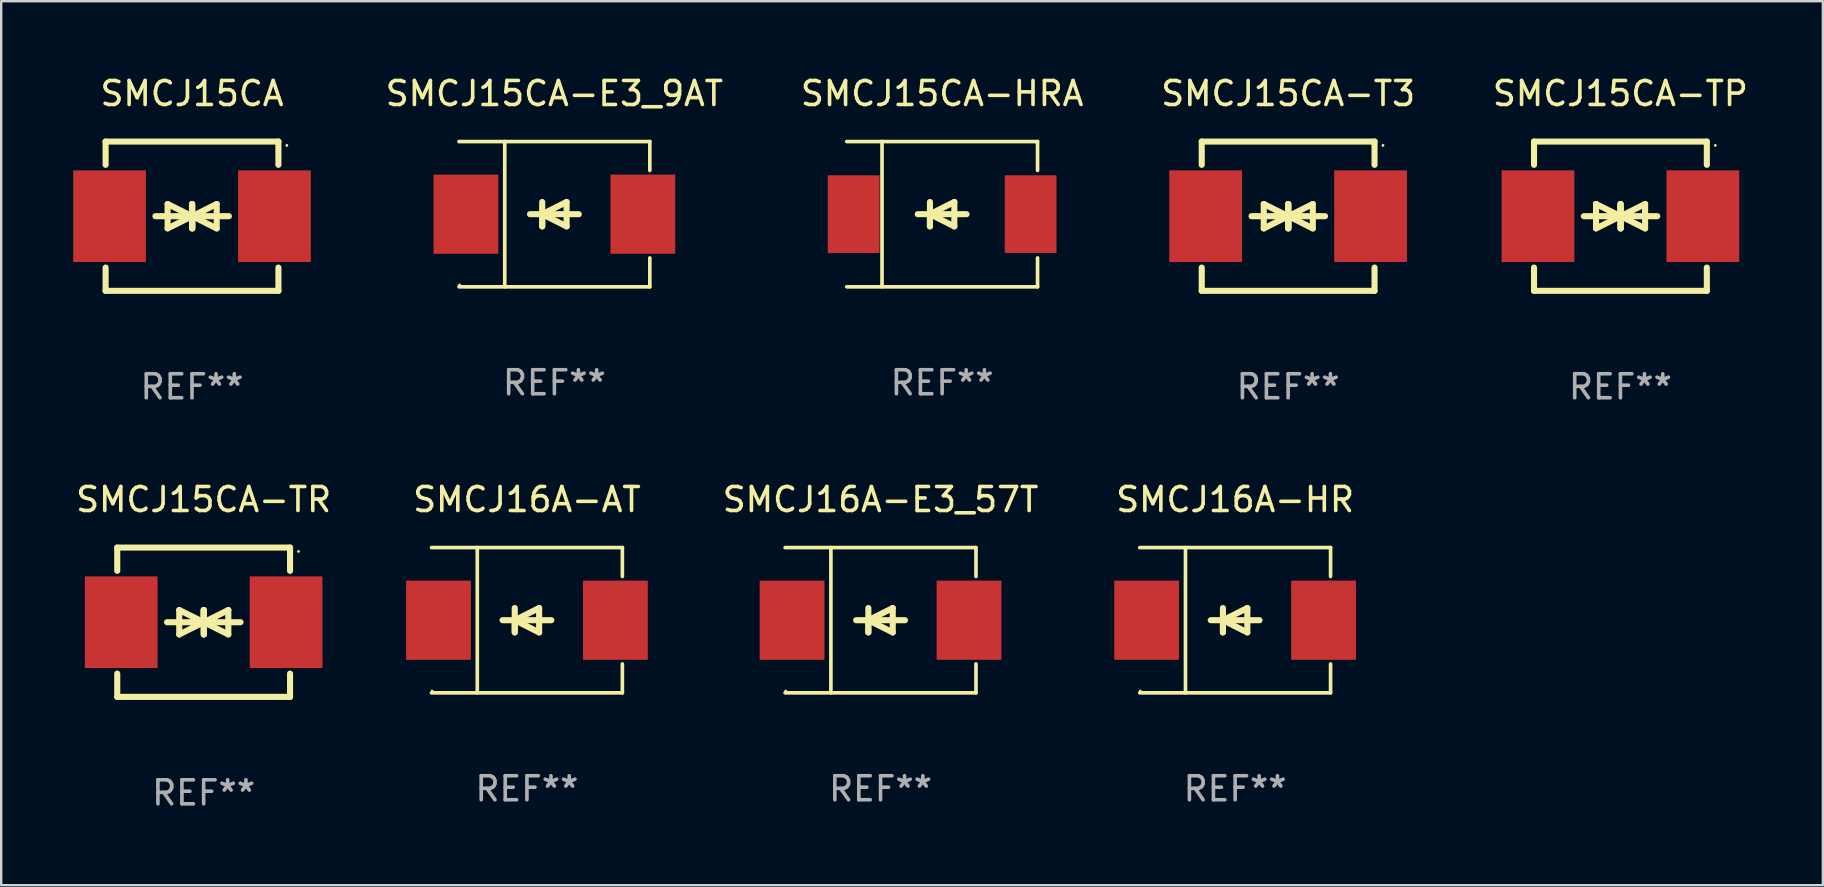
<source format=kicad_pcb>
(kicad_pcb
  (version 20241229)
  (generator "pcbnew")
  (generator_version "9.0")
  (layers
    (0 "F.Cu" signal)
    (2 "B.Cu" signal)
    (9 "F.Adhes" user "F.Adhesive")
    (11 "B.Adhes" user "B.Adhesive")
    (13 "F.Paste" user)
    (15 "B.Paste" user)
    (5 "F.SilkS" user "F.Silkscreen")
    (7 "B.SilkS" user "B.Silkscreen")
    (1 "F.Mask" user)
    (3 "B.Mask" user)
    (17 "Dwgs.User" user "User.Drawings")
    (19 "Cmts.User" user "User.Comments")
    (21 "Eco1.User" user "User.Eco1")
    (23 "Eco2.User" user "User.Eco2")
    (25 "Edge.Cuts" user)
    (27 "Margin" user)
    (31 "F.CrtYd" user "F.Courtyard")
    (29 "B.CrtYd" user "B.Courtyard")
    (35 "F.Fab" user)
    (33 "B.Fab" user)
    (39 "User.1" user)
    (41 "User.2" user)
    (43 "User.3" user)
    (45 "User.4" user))
  (footprint "SMCJ15CA-HRA"
    (layer "F.Cu")
    (at 36.204 5.874)
    (property "Reference" "SMCJ15CA-HRA" (at 0 -5.026 0) (layer "F.SilkS") (effects (font (size 1 1) (thickness 0.15))))
    (attr through_hole)
    (fp_line (start -3.976 -3.026) (end 3.976 -3.026) (stroke (width 0.152) (type solid)) (layer "F.SilkS"))
    (fp_line (start -3.976 3.026) (end 3.976 3.026) (stroke (width 0.152) (type solid)) (layer "F.SilkS"))
    (fp_line (start -2.504 -3.026) (end -2.504 3.026) (stroke (width 0.152) (type solid)) (layer "F.SilkS"))
    (fp_line (start -0.508 0) (end -0.508 0.508) (stroke (width 0.254) (type solid)) (layer "F.SilkS"))
    (fp_line (start -0.508 0) (end 0.508 0.508) (stroke (width 0.254) (type solid)) (layer "F.SilkS"))
    (fp_line (start -0.508 0.508) (end -0.508 -0.508) (stroke (width 0.254) (type solid)) (layer "F.SilkS"))
    (fp_line (start 0.508 -0.508) (end -0.508 0) (stroke (width 0.254) (type solid)) (layer "F.SilkS"))
    (fp_line (start 0.508 0.508) (end 0.508 -0.508) (stroke (width 0.254) (type solid)) (layer "F.SilkS"))
    (fp_line (start 1.016 0) (end -1.016 0) (stroke (width 0.254) (type solid)) (layer "F.SilkS"))
    (fp_line (start 3.976 -3.026) (end 3.976 -1.823) (stroke (width 0.152) (type solid)) (layer "F.SilkS"))
    (fp_line (start 3.976 3.026) (end 3.976 1.823) (stroke (width 0.152) (type solid)) (layer "F.SilkS"))
    (fp_circle (center 3.95 -2.95) (end 3.98 -2.95) (stroke (width 0.06) (type solid)) (fill no) (layer "F.SilkS"))
    (fp_text user "REF**" (at 0 7.026 0) (layer "F.Fab") (effects (font (size 1 1) (thickness 0.15))))
    (pad "1" smd rect (at 3.686 0 180) (size 2.158 3.24) (layers "F.Cu" "F.Mask" "F.Paste"))
    (pad "2" smd rect (at -3.686 0 180) (size 2.158 3.24) (layers "F.Cu" "F.Mask" "F.Paste")))
  (footprint "SMCJ15CA-T3"
    (layer "F.Cu")
    (at 50.62 5.958)
    (property "Reference" "SMCJ15CA-T3" (at 0 -5.11 0) (layer "F.SilkS") (effects (font (size 1 1) (thickness 0.15))))
    (attr through_hole)
    (fp_line (start -3.6 -2.141) (end -3.6 -3.11) (stroke (width 0.254) (type solid)) (layer "F.SilkS"))
    (fp_line (start -3.6 3.11) (end -3.6 2.141) (stroke (width 0.254) (type solid)) (layer "F.SilkS"))
    (fp_line (start -1.524 0) (end 0.508 0) (stroke (width 0.254) (type solid)) (layer "F.SilkS"))
    (fp_line (start -1.016 -0.508) (end -1.016 0.508) (stroke (width 0.254) (type solid)) (layer "F.SilkS"))
    (fp_line (start -1.016 0.508) (end 0 0) (stroke (width 0.254) (type solid)) (layer "F.SilkS"))
    (fp_line (start 0 -0.508) (end 0 0.508) (stroke (width 0.254) (type solid)) (layer "F.SilkS"))
    (fp_line (start 0 0) (end -1.016 -0.508) (stroke (width 0.254) (type solid)) (layer "F.SilkS"))
    (fp_line (start 0 0) (end 0 -0.508) (stroke (width 0.254) (type solid)) (layer "F.SilkS"))
    (fp_line (start 0.012 0) (end 0.012 0.508) (stroke (width 0.254) (type solid)) (layer "F.SilkS"))
    (fp_line (start 0.012 0) (end 1.028 0.508) (stroke (width 0.254) (type solid)) (layer "F.SilkS"))
    (fp_line (start 0.012 0.508) (end 0.012 -0.508) (stroke (width 0.254) (type solid)) (layer "F.SilkS"))
    (fp_line (start 1.028 -0.508) (end 0.012 0) (stroke (width 0.254) (type solid)) (layer "F.SilkS"))
    (fp_line (start 1.028 0.508) (end 1.028 -0.508) (stroke (width 0.254) (type solid)) (layer "F.SilkS"))
    (fp_line (start 1.536 0) (end -0.496 0) (stroke (width 0.254) (type solid)) (layer "F.SilkS"))
    (fp_line (start 3.6 -3.11) (end -3.6 -3.11) (stroke (width 0.254) (type solid)) (layer "F.SilkS"))
    (fp_line (start 3.6 -2.141) (end 3.6 -3.11) (stroke (width 0.254) (type solid)) (layer "F.SilkS"))
    (fp_line (start 3.6 3.11) (end -3.6 3.11) (stroke (width 0.254) (type solid)) (layer "F.SilkS"))
    (fp_line (start 3.6 3.11) (end 3.6 2.141) (stroke (width 0.254) (type solid)) (layer "F.SilkS"))
    (fp_circle (center 3.952 -2.95) (end 3.982 -2.95) (stroke (width 0.06) (type solid)) (fill no) (layer "F.SilkS"))
    (fp_text user "REF**" (at 0 7.11 0) (layer "F.Fab") (effects (font (size 1 1) (thickness 0.15))))
    (pad "1" smd rect (at 3.435 0) (size 3.03 3.82) (layers "F.Cu" "F.Mask" "F.Paste"))
    (pad "2" smd rect (at -3.435 0) (size 3.03 3.82) (layers "F.Cu" "F.Mask" "F.Paste")))
  (footprint "SMCJ15CA"
    (layer "F.Cu")
    (at 4.95 5.958)
    (property "Reference" "SMCJ15CA" (at 0 -5.11 0) (layer "F.SilkS") (effects (font (size 1 1) (thickness 0.15))))
    (attr through_hole)
    (fp_line (start -3.6 -2.141) (end -3.6 -3.11) (stroke (width 0.254) (type solid)) (layer "F.SilkS"))
    (fp_line (start -3.6 3.11) (end -3.6 2.141) (stroke (width 0.254) (type solid)) (layer "F.SilkS"))
    (fp_line (start -1.524 0) (end 0.508 0) (stroke (width 0.254) (type solid)) (layer "F.SilkS"))
    (fp_line (start -1.016 -0.508) (end -1.016 0.508) (stroke (width 0.254) (type solid)) (layer "F.SilkS"))
    (fp_line (start -1.016 0.508) (end 0 0) (stroke (width 0.254) (type solid)) (layer "F.SilkS"))
    (fp_line (start 0 -0.508) (end 0 0.508) (stroke (width 0.254) (type solid)) (layer "F.SilkS"))
    (fp_line (start 0 0) (end -1.016 -0.508) (stroke (width 0.254) (type solid)) (layer "F.SilkS"))
    (fp_line (start 0 0) (end 0 -0.508) (stroke (width 0.254) (type solid)) (layer "F.SilkS"))
    (fp_line (start 0.012 0) (end 0.012 0.508) (stroke (width 0.254) (type solid)) (layer "F.SilkS"))
    (fp_line (start 0.012 0) (end 1.028 0.508) (stroke (width 0.254) (type solid)) (layer "F.SilkS"))
    (fp_line (start 0.012 0.508) (end 0.012 -0.508) (stroke (width 0.254) (type solid)) (layer "F.SilkS"))
    (fp_line (start 1.028 -0.508) (end 0.012 0) (stroke (width 0.254) (type solid)) (layer "F.SilkS"))
    (fp_line (start 1.028 0.508) (end 1.028 -0.508) (stroke (width 0.254) (type solid)) (layer "F.SilkS"))
    (fp_line (start 1.536 0) (end -0.496 0) (stroke (width 0.254) (type solid)) (layer "F.SilkS"))
    (fp_line (start 3.6 -3.11) (end -3.6 -3.11) (stroke (width 0.254) (type solid)) (layer "F.SilkS"))
    (fp_line (start 3.6 -2.141) (end 3.6 -3.11) (stroke (width 0.254) (type solid)) (layer "F.SilkS"))
    (fp_line (start 3.6 3.11) (end -3.6 3.11) (stroke (width 0.254) (type solid)) (layer "F.SilkS"))
    (fp_line (start 3.6 3.11) (end 3.6 2.141) (stroke (width 0.254) (type solid)) (layer "F.SilkS"))
    (fp_circle (center 3.952 -2.95) (end 3.982 -2.95) (stroke (width 0.06) (type solid)) (fill no) (layer "F.SilkS"))
    (fp_text user "REF**" (at 0 7.11 0) (layer "F.Fab") (effects (font (size 1 1) (thickness 0.15))))
    (pad "1" smd rect (at 3.435 0) (size 3.03 3.82) (layers "F.Cu" "F.Mask" "F.Paste"))
    (pad "2" smd rect (at -3.435 0) (size 3.03 3.82) (layers "F.Cu" "F.Mask" "F.Paste")))
  (footprint "SMCJ16A-HR"
    (layer "F.Cu")
    (at 48.412 22.791)
    (property "Reference" "SMCJ16A-HR" (at 0 -5.026 0) (layer "F.SilkS") (effects (font (size 1 1) (thickness 0.15))))
    (attr through_hole)
    (fp_line (start -3.976 -3.026) (end 3.976 -3.026) (stroke (width 0.152) (type solid)) (layer "F.SilkS"))
    (fp_line (start -3.976 3.026) (end 3.976 3.026) (stroke (width 0.152) (type solid)) (layer "F.SilkS"))
    (fp_line (start -2.069 -3.026) (end -2.069 3.026) (stroke (width 0.152) (type solid)) (layer "F.SilkS"))
    (fp_line (start -0.508 0) (end -0.508 0.508) (stroke (width 0.254) (type solid)) (layer "F.SilkS"))
    (fp_line (start -0.508 0) (end 0.508 0.508) (stroke (width 0.254) (type solid)) (layer "F.SilkS"))
    (fp_line (start -0.508 0.508) (end -0.508 -0.508) (stroke (width 0.254) (type solid)) (layer "F.SilkS"))
    (fp_line (start 0.508 -0.508) (end -0.508 0) (stroke (width 0.254) (type solid)) (layer "F.SilkS"))
    (fp_line (start 0.508 0.508) (end 0.508 -0.508) (stroke (width 0.254) (type solid)) (layer "F.SilkS"))
    (fp_line (start 1.016 0) (end -1.016 0) (stroke (width 0.254) (type solid)) (layer "F.SilkS"))
    (fp_line (start 3.976 -3.026) (end 3.976 -1.823) (stroke (width 0.152) (type solid)) (layer "F.SilkS"))
    (fp_line (start 3.976 3.026) (end 3.976 1.823) (stroke (width 0.152) (type solid)) (layer "F.SilkS"))
    (fp_circle (center -3.95 2.95) (end -3.92 2.95) (stroke (width 0.06) (type solid)) (fill no) (layer "F.SilkS"))
    (fp_text user "REF**" (at 0 7.026 0) (layer "F.Fab") (effects (font (size 1 1) (thickness 0.15))))
    (pad "1" smd rect (at -3.686 0) (size 2.7 3.3) (layers "F.Cu" "F.Mask" "F.Paste"))
    (pad "2" smd rect (at 3.686 0) (size 2.7 3.3) (layers "F.Cu" "F.Mask" "F.Paste")))
  (footprint "SMCJ16A-E3_57T"
    (layer "F.Cu")
    (at 33.638 22.791)
    (property "Reference" "SMCJ16A-E3_57T" (at 0 -5.026 0) (layer "F.SilkS") (effects (font (size 1 1) (thickness 0.15))))
    (attr through_hole)
    (fp_line (start -3.976 -3.026) (end 3.976 -3.026) (stroke (width 0.152) (type solid)) (layer "F.SilkS"))
    (fp_line (start -3.976 3.026) (end 3.976 3.026) (stroke (width 0.152) (type solid)) (layer "F.SilkS"))
    (fp_line (start -2.069 -3.026) (end -2.069 3.026) (stroke (width 0.152) (type solid)) (layer "F.SilkS"))
    (fp_line (start -0.508 0) (end -0.508 0.508) (stroke (width 0.254) (type solid)) (layer "F.SilkS"))
    (fp_line (start -0.508 0) (end 0.508 0.508) (stroke (width 0.254) (type solid)) (layer "F.SilkS"))
    (fp_line (start -0.508 0.508) (end -0.508 -0.508) (stroke (width 0.254) (type solid)) (layer "F.SilkS"))
    (fp_line (start 0.508 -0.508) (end -0.508 0) (stroke (width 0.254) (type solid)) (layer "F.SilkS"))
    (fp_line (start 0.508 0.508) (end 0.508 -0.508) (stroke (width 0.254) (type solid)) (layer "F.SilkS"))
    (fp_line (start 1.016 0) (end -1.016 0) (stroke (width 0.254) (type solid)) (layer "F.SilkS"))
    (fp_line (start 3.976 -3.026) (end 3.976 -1.823) (stroke (width 0.152) (type solid)) (layer "F.SilkS"))
    (fp_line (start 3.976 3.026) (end 3.976 1.823) (stroke (width 0.152) (type solid)) (layer "F.SilkS"))
    (fp_circle (center -3.95 2.95) (end -3.92 2.95) (stroke (width 0.06) (type solid)) (fill no) (layer "F.SilkS"))
    (fp_text user "REF**" (at 0 7.026 0) (layer "F.Fab") (effects (font (size 1 1) (thickness 0.15))))
    (pad "1" smd rect (at -3.686 0) (size 2.7 3.3) (layers "F.Cu" "F.Mask" "F.Paste"))
    (pad "2" smd rect (at 3.686 0) (size 2.7 3.3) (layers "F.Cu" "F.Mask" "F.Paste")))
  (footprint "SMCJ15CA-TR"
    (layer "F.Cu")
    (at 5.435 22.875)
    (property "Reference" "SMCJ15CA-TR" (at 0 -5.11 0) (layer "F.SilkS") (effects (font (size 1 1) (thickness 0.15))))
    (attr through_hole)
    (fp_line (start -3.6 -2.141) (end -3.6 -3.11) (stroke (width 0.254) (type solid)) (layer "F.SilkS"))
    (fp_line (start -3.6 3.11) (end -3.6 2.141) (stroke (width 0.254) (type solid)) (layer "F.SilkS"))
    (fp_line (start -1.524 0) (end 0.508 0) (stroke (width 0.254) (type solid)) (layer "F.SilkS"))
    (fp_line (start -1.016 -0.508) (end -1.016 0.508) (stroke (width 0.254) (type solid)) (layer "F.SilkS"))
    (fp_line (start -1.016 0.508) (end 0 0) (stroke (width 0.254) (type solid)) (layer "F.SilkS"))
    (fp_line (start 0 -0.508) (end 0 0.508) (stroke (width 0.254) (type solid)) (layer "F.SilkS"))
    (fp_line (start 0 0) (end -1.016 -0.508) (stroke (width 0.254) (type solid)) (layer "F.SilkS"))
    (fp_line (start 0 0) (end 0 -0.508) (stroke (width 0.254) (type solid)) (layer "F.SilkS"))
    (fp_line (start 0.012 0) (end 0.012 0.508) (stroke (width 0.254) (type solid)) (layer "F.SilkS"))
    (fp_line (start 0.012 0) (end 1.028 0.508) (stroke (width 0.254) (type solid)) (layer "F.SilkS"))
    (fp_line (start 0.012 0.508) (end 0.012 -0.508) (stroke (width 0.254) (type solid)) (layer "F.SilkS"))
    (fp_line (start 1.028 -0.508) (end 0.012 0) (stroke (width 0.254) (type solid)) (layer "F.SilkS"))
    (fp_line (start 1.028 0.508) (end 1.028 -0.508) (stroke (width 0.254) (type solid)) (layer "F.SilkS"))
    (fp_line (start 1.536 0) (end -0.496 0) (stroke (width 0.254) (type solid)) (layer "F.SilkS"))
    (fp_line (start 3.6 -3.11) (end -3.6 -3.11) (stroke (width 0.254) (type solid)) (layer "F.SilkS"))
    (fp_line (start 3.6 -2.141) (end 3.6 -3.11) (stroke (width 0.254) (type solid)) (layer "F.SilkS"))
    (fp_line (start 3.6 3.11) (end -3.6 3.11) (stroke (width 0.254) (type solid)) (layer "F.SilkS"))
    (fp_line (start 3.6 3.11) (end 3.6 2.141) (stroke (width 0.254) (type solid)) (layer "F.SilkS"))
    (fp_circle (center 3.952 -2.95) (end 3.982 -2.95) (stroke (width 0.06) (type solid)) (fill no) (layer "F.SilkS"))
    (fp_text user "REF**" (at 0 7.11 0) (layer "F.Fab") (effects (font (size 1 1) (thickness 0.15))))
    (pad "1" smd rect (at 3.435 0) (size 3.03 3.82) (layers "F.Cu" "F.Mask" "F.Paste"))
    (pad "2" smd rect (at -3.435 0) (size 3.03 3.82) (layers "F.Cu" "F.Mask" "F.Paste")))
  (footprint "SMCJ15CA-TP"
    (layer "F.Cu")
    (at 64.465 5.958)
    (property "Reference" "SMCJ15CA-TP" (at 0 -5.11 0) (layer "F.SilkS") (effects (font (size 1 1) (thickness 0.15))))
    (attr through_hole)
    (fp_line (start -3.6 -2.141) (end -3.6 -3.11) (stroke (width 0.254) (type solid)) (layer "F.SilkS"))
    (fp_line (start -3.6 3.11) (end -3.6 2.141) (stroke (width 0.254) (type solid)) (layer "F.SilkS"))
    (fp_line (start -1.524 0) (end 0.508 0) (stroke (width 0.254) (type solid)) (layer "F.SilkS"))
    (fp_line (start -1.016 -0.508) (end -1.016 0.508) (stroke (width 0.254) (type solid)) (layer "F.SilkS"))
    (fp_line (start -1.016 0.508) (end 0 0) (stroke (width 0.254) (type solid)) (layer "F.SilkS"))
    (fp_line (start 0 -0.508) (end 0 0.508) (stroke (width 0.254) (type solid)) (layer "F.SilkS"))
    (fp_line (start 0 0) (end -1.016 -0.508) (stroke (width 0.254) (type solid)) (layer "F.SilkS"))
    (fp_line (start 0 0) (end 0 -0.508) (stroke (width 0.254) (type solid)) (layer "F.SilkS"))
    (fp_line (start 0.012 0) (end 0.012 0.508) (stroke (width 0.254) (type solid)) (layer "F.SilkS"))
    (fp_line (start 0.012 0) (end 1.028 0.508) (stroke (width 0.254) (type solid)) (layer "F.SilkS"))
    (fp_line (start 0.012 0.508) (end 0.012 -0.508) (stroke (width 0.254) (type solid)) (layer "F.SilkS"))
    (fp_line (start 1.028 -0.508) (end 0.012 0) (stroke (width 0.254) (type solid)) (layer "F.SilkS"))
    (fp_line (start 1.028 0.508) (end 1.028 -0.508) (stroke (width 0.254) (type solid)) (layer "F.SilkS"))
    (fp_line (start 1.536 0) (end -0.496 0) (stroke (width 0.254) (type solid)) (layer "F.SilkS"))
    (fp_line (start 3.6 -3.11) (end -3.6 -3.11) (stroke (width 0.254) (type solid)) (layer "F.SilkS"))
    (fp_line (start 3.6 -2.141) (end 3.6 -3.11) (stroke (width 0.254) (type solid)) (layer "F.SilkS"))
    (fp_line (start 3.6 3.11) (end -3.6 3.11) (stroke (width 0.254) (type solid)) (layer "F.SilkS"))
    (fp_line (start 3.6 3.11) (end 3.6 2.141) (stroke (width 0.254) (type solid)) (layer "F.SilkS"))
    (fp_circle (center 3.952 -2.95) (end 3.982 -2.95) (stroke (width 0.06) (type solid)) (fill no) (layer "F.SilkS"))
    (fp_text user "REF**" (at 0 7.11 0) (layer "F.Fab") (effects (font (size 1 1) (thickness 0.15))))
    (pad "1" smd rect (at 3.435 0) (size 3.03 3.82) (layers "F.Cu" "F.Mask" "F.Paste"))
    (pad "2" smd rect (at -3.435 0) (size 3.03 3.82) (layers "F.Cu" "F.Mask" "F.Paste")))
  (footprint "SMCJ16A-AT"
    (layer "F.Cu")
    (at 18.905 22.791)
    (property "Reference" "SMCJ16A-AT" (at 0 -5.026 0) (layer "F.SilkS") (effects (font (size 1 1) (thickness 0.15))))
    (attr through_hole)
    (fp_line (start -3.976 -3.026) (end 3.976 -3.026) (stroke (width 0.152) (type solid)) (layer "F.SilkS"))
    (fp_line (start -3.976 3.026) (end 3.976 3.026) (stroke (width 0.152) (type solid)) (layer "F.SilkS"))
    (fp_line (start -2.069 -3.026) (end -2.069 3.026) (stroke (width 0.152) (type solid)) (layer "F.SilkS"))
    (fp_line (start -0.508 0) (end -0.508 0.508) (stroke (width 0.254) (type solid)) (layer "F.SilkS"))
    (fp_line (start -0.508 0) (end 0.508 0.508) (stroke (width 0.254) (type solid)) (layer "F.SilkS"))
    (fp_line (start -0.508 0.508) (end -0.508 -0.508) (stroke (width 0.254) (type solid)) (layer "F.SilkS"))
    (fp_line (start 0.508 -0.508) (end -0.508 0) (stroke (width 0.254) (type solid)) (layer "F.SilkS"))
    (fp_line (start 0.508 0.508) (end 0.508 -0.508) (stroke (width 0.254) (type solid)) (layer "F.SilkS"))
    (fp_line (start 1.016 0) (end -1.016 0) (stroke (width 0.254) (type solid)) (layer "F.SilkS"))
    (fp_line (start 3.976 -3.026) (end 3.976 -1.823) (stroke (width 0.152) (type solid)) (layer "F.SilkS"))
    (fp_line (start 3.976 3.026) (end 3.976 1.823) (stroke (width 0.152) (type solid)) (layer "F.SilkS"))
    (fp_circle (center -3.95 2.95) (end -3.92 2.95) (stroke (width 0.06) (type solid)) (fill no) (layer "F.SilkS"))
    (fp_text user "REF**" (at 0 7.026 0) (layer "F.Fab") (effects (font (size 1 1) (thickness 0.15))))
    (pad "1" smd rect (at -3.686 0) (size 2.7 3.3) (layers "F.Cu" "F.Mask" "F.Paste"))
    (pad "2" smd rect (at 3.686 0) (size 2.7 3.3) (layers "F.Cu" "F.Mask" "F.Paste")))
  (footprint "SMCJ15CA-E3_9AT"
    (layer "F.Cu")
    (at 20.049 5.874)
    (property "Reference" "SMCJ15CA-E3_9AT" (at 0 -5.026 0) (layer "F.SilkS") (effects (font (size 1 1) (thickness 0.15))))
    (attr through_hole)
    (fp_line (start -3.976 -3.026) (end 3.976 -3.026) (stroke (width 0.152) (type solid)) (layer "F.SilkS"))
    (fp_line (start -3.976 3.026) (end 3.976 3.026) (stroke (width 0.152) (type solid)) (layer "F.SilkS"))
    (fp_line (start -2.069 -3.026) (end -2.069 3.026) (stroke (width 0.152) (type solid)) (layer "F.SilkS"))
    (fp_line (start -0.508 0) (end -0.508 0.508) (stroke (width 0.254) (type solid)) (layer "F.SilkS"))
    (fp_line (start -0.508 0) (end 0.508 0.508) (stroke (width 0.254) (type solid)) (layer "F.SilkS"))
    (fp_line (start -0.508 0.508) (end -0.508 -0.508) (stroke (width 0.254) (type solid)) (layer "F.SilkS"))
    (fp_line (start 0.508 -0.508) (end -0.508 0) (stroke (width 0.254) (type solid)) (layer "F.SilkS"))
    (fp_line (start 0.508 0.508) (end 0.508 -0.508) (stroke (width 0.254) (type solid)) (layer "F.SilkS"))
    (fp_line (start 1.016 0) (end -1.016 0) (stroke (width 0.254) (type solid)) (layer "F.SilkS"))
    (fp_line (start 3.976 -3.026) (end 3.976 -1.823) (stroke (width 0.152) (type solid)) (layer "F.SilkS"))
    (fp_line (start 3.976 3.026) (end 3.976 1.823) (stroke (width 0.152) (type solid)) (layer "F.SilkS"))
    (fp_circle (center -3.95 2.95) (end -3.92 2.95) (stroke (width 0.06) (type solid)) (fill no) (layer "F.SilkS"))
    (fp_text user "REF**" (at 0 7.026 0) (layer "F.Fab") (effects (font (size 1 1) (thickness 0.15))))
    (pad "1" smd rect (at -3.686 0) (size 2.7 3.3) (layers "F.Cu" "F.Mask" "F.Paste"))
    (pad "2" smd rect (at 3.686 0) (size 2.7 3.3) (layers "F.Cu" "F.Mask" "F.Paste")))
  (gr_rect
    (start -3 -3)
    (end 72.9 33.833)
    (stroke (width 0.1) (type default))
    (fill no)
    (layer "Edge.Cuts")))
</source>
